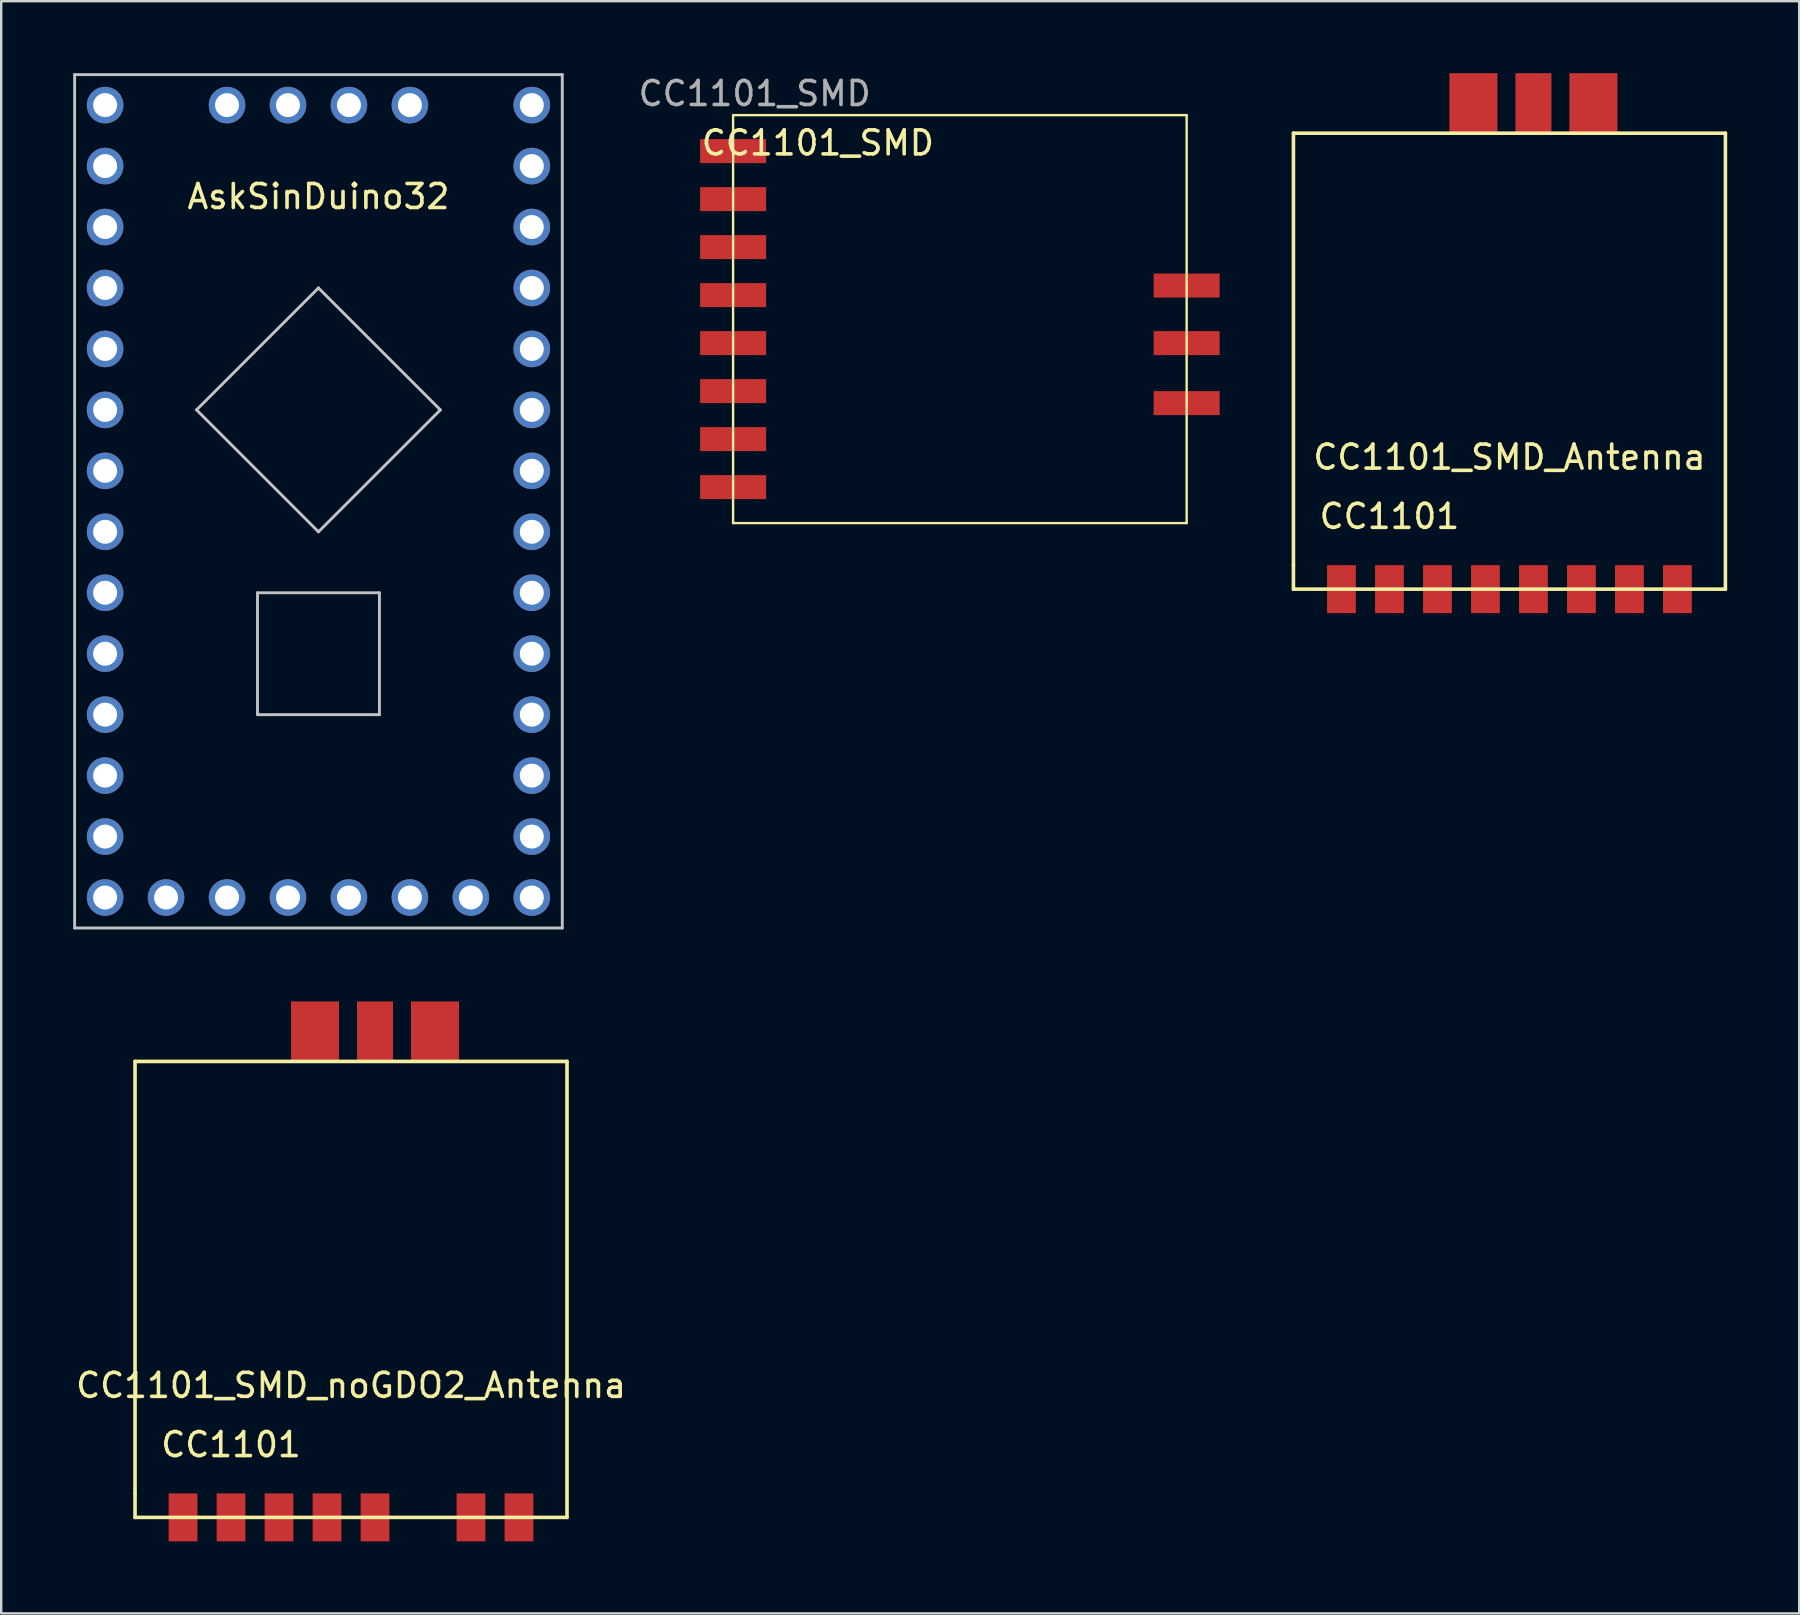
<source format=kicad_pcb>
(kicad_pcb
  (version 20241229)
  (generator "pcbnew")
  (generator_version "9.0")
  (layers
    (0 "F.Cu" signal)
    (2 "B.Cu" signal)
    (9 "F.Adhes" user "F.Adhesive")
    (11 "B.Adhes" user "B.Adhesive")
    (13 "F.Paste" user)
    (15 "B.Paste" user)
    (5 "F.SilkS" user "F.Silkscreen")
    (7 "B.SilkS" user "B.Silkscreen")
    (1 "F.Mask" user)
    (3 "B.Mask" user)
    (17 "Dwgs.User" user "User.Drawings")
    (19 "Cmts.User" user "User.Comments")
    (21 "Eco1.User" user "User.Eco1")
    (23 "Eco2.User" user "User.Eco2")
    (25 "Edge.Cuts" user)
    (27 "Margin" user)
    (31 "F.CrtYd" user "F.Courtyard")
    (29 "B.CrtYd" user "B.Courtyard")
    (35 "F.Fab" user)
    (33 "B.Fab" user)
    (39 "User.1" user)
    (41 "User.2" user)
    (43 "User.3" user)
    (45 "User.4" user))
  (footprint "CC1101_SMD_noGDO2_Antenna"
    (layer "F.Cu")
    (at 11.577 59.18)
    (property "Reference" "CC1101_SMD_noGDO2_Antenna" (at 0 -4.5 0) (layer "F.SilkS") (effects (font (size 1 1) (thickness 0.15))))
    (attr through_hole)
    (fp_line (start -9 -18) (end 9 -18) (stroke (width 0.15) (type solid)) (layer "F.SilkS"))
    (fp_line (start -9 0) (end -9 -18) (stroke (width 0.15) (type solid)) (layer "F.SilkS"))
    (fp_line (start -9 1) (end -9 0) (stroke (width 0.15) (type solid)) (layer "F.SilkS"))
    (fp_line (start 9 -18) (end 9 1) (stroke (width 0.15) (type solid)) (layer "F.SilkS"))
    (fp_line (start 9 1) (end -9 1) (stroke (width 0.15) (type solid)) (layer "F.SilkS"))
    (fp_text user "CC1101" (at -5 -2.032 180) (layer "F.SilkS") (effects (font (size 1 1) (thickness 0.15))))
    (pad "1" smd rect (at -7 1) (size 1.2 2) (layers "F.Cu" "F.Mask"))
    (pad "2" smd rect (at -5 1) (size 1.2 2) (layers "F.Cu" "F.Mask"))
    (pad "3" smd rect (at -3 1) (size 1.2 2) (layers "F.Cu" "F.Mask"))
    (pad "4" smd rect (at -1 1) (size 1.2 2) (layers "F.Cu" "F.Mask"))
    (pad "5" smd rect (at 1 1) (size 1.2 2) (layers "F.Cu" "F.Mask"))
    (pad "7" smd rect (at 5 1) (size 1.2 2) (layers "F.Cu" "F.Mask"))
    (pad "8" smd rect (at 7 1) (size 1.2 2) (layers "F.Cu" "F.Mask"))
    (pad "9" smd rect (at 1 -19.25) (size 1.5 2.5) (layers "F.Cu" "F.Mask"))
    (pad "10" smd rect (at -1.5 -19.25) (size 2 2.5) (layers "F.Cu" "F.Mask"))
    (pad "11" smd rect (at 3.5 -19.25) (size 2 2.5) (layers "F.Cu" "F.Mask")))
  (footprint "CC1101_SMD"
    (layer "F.Cu")
    (at 27.498 3.248)
    (property "Reference" "CC1101_SMD" (at 3.533 -0.342 0) (layer "F.SilkS") (effects (font (size 1 1) (thickness 0.15))))
    (attr smd)
    (fp_line (start 0 -1.5) (end 0 15.5) (stroke (width 0.099) (type solid)) (layer "F.SilkS"))
    (fp_line (start 0 -1.5) (end 18.9 -1.5) (stroke (width 0.099) (type solid)) (layer "F.SilkS"))
    (fp_line (start 0 15.5) (end 18.9 15.5) (stroke (width 0.099) (type solid)) (layer "F.SilkS"))
    (fp_line (start 18.9 15.5) (end 18.9 -1.5) (stroke (width 0.099) (type solid)) (layer "F.SilkS"))
    (fp_text user "${REFERENCE}" (at 0.9 -2.4 0) (layer "F.Fab") (effects (font (size 1 1) (thickness 0.15))))
    (pad "1" smd rect (at 0 0) (size 2.75 1) (layers "F.Cu" "F.Mask" "F.Paste"))
    (pad "2" smd rect (at 0 2) (size 2.75 1) (layers "F.Cu" "F.Mask" "F.Paste"))
    (pad "3" smd rect (at 0 4) (size 2.75 1) (layers "F.Cu" "F.Mask" "F.Paste"))
    (pad "4" smd rect (at 0 6) (size 2.75 1) (layers "F.Cu" "F.Mask" "F.Paste"))
    (pad "5" smd rect (at 0 8) (size 2.75 1) (layers "F.Cu" "F.Mask" "F.Paste"))
    (pad "6" smd rect (at 0 10) (size 2.75 1) (layers "F.Cu" "F.Mask" "F.Paste"))
    (pad "7" smd rect (at 0 12) (size 2.75 1) (layers "F.Cu" "F.Mask" "F.Paste"))
    (pad "8" smd rect (at 0 14) (size 2.75 1) (layers "F.Cu" "F.Mask" "F.Paste"))
    (pad "9" smd rect (at 18.9 8) (size 2.75 1) (layers "F.Cu" "F.Mask" "F.Paste"))
    (pad "10" smd rect (at 18.9 5.6) (size 2.75 1) (layers "F.Cu" "F.Mask" "F.Paste"))
    (pad "11" smd rect (at 18.9 10.5) (size 2.75 1) (layers "F.Cu" "F.Mask" "F.Paste")))
  (footprint "AskSinDuino32"
    (layer "F.Cu")
    (at 10.22 17.84)
    (property "Reference" "AskSinDuino32" (at 0 -12.7 0) (unlocked yes) (layer "F.SilkS") (effects (font (size 1 1) (thickness 0.15))))
    (attr through_hole)
    (fp_line (start -10.16 -17.78) (end -10.16 17.78) (stroke (width 0.12) (type default)) (layer "Dwgs.User"))
    (fp_line (start -10.16 17.78) (end 10.16 17.78) (stroke (width 0.12) (type default)) (layer "Dwgs.User"))
    (fp_line (start -5.08 -3.81) (end 0 1.27) (stroke (width 0.12) (type default)) (layer "Dwgs.User"))
    (fp_line (start -2.54 3.81) (end 2.54 3.81) (stroke (width 0.12) (type default)) (layer "Dwgs.User"))
    (fp_line (start -2.54 8.89) (end -2.54 3.81) (stroke (width 0.12) (type default)) (layer "Dwgs.User"))
    (fp_line (start 0 -8.89) (end -5.08 -3.81) (stroke (width 0.12) (type default)) (layer "Dwgs.User"))
    (fp_line (start 0 1.27) (end 5.08 -3.81) (stroke (width 0.12) (type default)) (layer "Dwgs.User"))
    (fp_line (start 2.54 3.81) (end 2.54 8.89) (stroke (width 0.12) (type default)) (layer "Dwgs.User"))
    (fp_line (start 2.54 8.89) (end -2.54 8.89) (stroke (width 0.12) (type default)) (layer "Dwgs.User"))
    (fp_line (start 5.08 -3.81) (end 0 -8.89) (stroke (width 0.12) (type default)) (layer "Dwgs.User"))
    (fp_line (start 10.16 -17.78) (end -10.16 -17.78) (stroke (width 0.12) (type default)) (layer "Dwgs.User"))
    (fp_line (start 10.16 17.78) (end 10.16 -17.78) (stroke (width 0.12) (type default)) (layer "Dwgs.User"))
    (pad "3V3" thru_hole circle (at 1.27 16.51) (size 1.524 1.524) (drill 1) (layers "*.Cu" "*.Mask"))
    (pad "3V3" thru_hole circle (at 3.81 -16.51) (size 1.524 1.524) (drill 1) (layers "*.Cu" "*.Mask"))
    (pad "3V3" thru_hole circle (at 8.89 -16.51) (size 1.524 1.524) (drill 1) (layers "*.Cu" "*.Mask"))
    (pad "E2" thru_hole circle (at 8.89 13.97) (size 1.524 1.524) (drill 1) (layers "*.Cu" "*.Mask"))
    (pad "E3" thru_hole circle (at 8.89 11.43) (size 1.524 1.524) (drill 1) (layers "*.Cu" "*.Mask"))
    (pad "E4" thru_hole circle (at 8.89 8.89) (size 1.524 1.524) (drill 1) (layers "*.Cu" "*.Mask"))
    (pad "E5" thru_hole circle (at 8.89 6.35) (size 1.524 1.524) (drill 1) (layers "*.Cu" "*.Mask"))
    (pad "E6" thru_hole circle (at 8.89 3.81) (size 1.524 1.524) (drill 1) (layers "*.Cu" "*.Mask"))
    (pad "E7" thru_hole circle (at 8.89 1.27) (size 1.524 1.524) (drill 1) (layers "*.Cu" "*.Mask"))
    (pad "E8" thru_hole circle (at 8.89 -1.27) (size 1.524 1.524) (drill 1) (layers "*.Cu" "*.Mask"))
    (pad "E9" thru_hole circle (at 8.89 -3.81) (size 1.524 1.524) (drill 1) (layers "*.Cu" "*.Mask"))
    (pad "E10" thru_hole circle (at 8.89 -6.35) (size 1.524 1.524) (drill 1) (layers "*.Cu" "*.Mask"))
    (pad "E11" thru_hole circle (at 8.89 -8.89) (size 1.524 1.524) (drill 1) (layers "*.Cu" "*.Mask"))
    (pad "E12" thru_hole circle (at 8.89 -11.43) (size 1.524 1.524) (drill 1) (layers "*.Cu" "*.Mask"))
    (pad "GND" thru_hole circle (at -6.35 16.51) (size 1.524 1.524) (drill 1) (layers "*.Cu" "*.Mask"))
    (pad "GND" thru_hole circle (at -3.81 -16.51) (size 1.524 1.524) (drill 1) (layers "*.Cu" "*.Mask"))
    (pad "GND" thru_hole circle (at -1.27 16.51) (size 1.524 1.524) (drill 1) (layers "*.Cu" "*.Mask"))
    (pad "GND" thru_hole circle (at 8.89 -13.97) (size 1.524 1.524) (drill 1) (layers "*.Cu" "*.Mask"))
    (pad "GND" thru_hole circle (at 8.89 16.51) (size 1.524 1.524) (drill 1) (layers "*.Cu" "*.Mask"))
    (pad "N2" thru_hole circle (at -1.27 -16.51) (size 1.524 1.524) (drill 1) (layers "*.Cu" "*.Mask"))
    (pad "N3" thru_hole circle (at 1.27 -16.51) (size 1.524 1.524) (drill 1) (layers "*.Cu" "*.Mask"))
    (pad "S2" thru_hole circle (at -3.81 16.51) (size 1.524 1.524) (drill 1) (layers "*.Cu" "*.Mask"))
    (pad "S5" thru_hole circle (at 3.81 16.51) (size 1.524 1.524) (drill 1) (layers "*.Cu" "*.Mask"))
    (pad "S6" thru_hole circle (at 6.35 16.51) (size 1.524 1.524) (drill 1) (layers "*.Cu" "*.Mask"))
    (pad "W1" thru_hole circle (at -8.89 16.51) (size 1.524 1.524) (drill 1) (layers "*.Cu" "*.Mask"))
    (pad "W2" thru_hole circle (at -8.89 13.97) (size 1.524 1.524) (drill 1) (layers "*.Cu" "*.Mask"))
    (pad "W3" thru_hole circle (at -8.89 11.43) (size 1.524 1.524) (drill 1) (layers "*.Cu" "*.Mask"))
    (pad "W4" thru_hole circle (at -8.89 8.89) (size 1.524 1.524) (drill 1) (layers "*.Cu" "*.Mask"))
    (pad "W5" thru_hole circle (at -8.89 6.35) (size 1.524 1.524) (drill 1) (layers "*.Cu" "*.Mask"))
    (pad "W6" thru_hole circle (at -8.89 3.81) (size 1.524 1.524) (drill 1) (layers "*.Cu" "*.Mask"))
    (pad "W7" thru_hole circle (at -8.89 1.27) (size 1.524 1.524) (drill 1) (layers "*.Cu" "*.Mask"))
    (pad "W8" thru_hole circle (at -8.89 -1.27) (size 1.524 1.524) (drill 1) (layers "*.Cu" "*.Mask"))
    (pad "W9" thru_hole circle (at -8.89 -3.81) (size 1.524 1.524) (drill 1) (layers "*.Cu" "*.Mask"))
    (pad "W10" thru_hole circle (at -8.89 -6.35) (size 1.524 1.524) (drill 1) (layers "*.Cu" "*.Mask"))
    (pad "W11" thru_hole circle (at -8.89 -8.89) (size 1.524 1.524) (drill 1) (layers "*.Cu" "*.Mask"))
    (pad "W12" thru_hole circle (at -8.89 -11.43) (size 1.524 1.524) (drill 1) (layers "*.Cu" "*.Mask"))
    (pad "W13" thru_hole circle (at -8.89 -13.97) (size 1.524 1.524) (drill 1) (layers "*.Cu" "*.Mask"))
    (pad "W14" thru_hole circle (at -8.89 -16.51) (size 1.524 1.524) (drill 1) (layers "*.Cu" "*.Mask")))
  (footprint "CC1101_SMD_Antenna"
    (layer "F.Cu")
    (at 59.848 20.5)
    (property "Reference" "CC1101_SMD_Antenna" (at 0 -4.5 0) (layer "F.SilkS") (effects (font (size 1 1) (thickness 0.15))))
    (attr through_hole)
    (fp_line (start -9 -18) (end 9 -18) (stroke (width 0.15) (type solid)) (layer "F.SilkS"))
    (fp_line (start -9 0) (end -9 -18) (stroke (width 0.15) (type solid)) (layer "F.SilkS"))
    (fp_line (start -9 1) (end -9 0) (stroke (width 0.15) (type solid)) (layer "F.SilkS"))
    (fp_line (start 9 -18) (end 9 1) (stroke (width 0.15) (type solid)) (layer "F.SilkS"))
    (fp_line (start 9 1) (end -9 1) (stroke (width 0.15) (type solid)) (layer "F.SilkS"))
    (fp_text user "CC1101" (at -5 -2.032 180) (layer "F.SilkS") (effects (font (size 1 1) (thickness 0.15))))
    (pad "1" smd rect (at -7 1) (size 1.2 2) (layers "F.Cu" "F.Mask"))
    (pad "2" smd rect (at -5 1) (size 1.2 2) (layers "F.Cu" "F.Mask"))
    (pad "3" smd rect (at -3 1) (size 1.2 2) (layers "F.Cu" "F.Mask"))
    (pad "4" smd rect (at -1 1) (size 1.2 2) (layers "F.Cu" "F.Mask"))
    (pad "5" smd rect (at 1 1) (size 1.2 2) (layers "F.Cu" "F.Mask"))
    (pad "6" smd rect (at 3 1) (size 1.2 2) (layers "F.Cu" "F.Mask"))
    (pad "7" smd rect (at 5 1) (size 1.2 2) (layers "F.Cu" "F.Mask"))
    (pad "8" smd rect (at 7 1) (size 1.2 2) (layers "F.Cu" "F.Mask"))
    (pad "9" smd rect (at 1 -19.25) (size 1.5 2.5) (layers "F.Cu" "F.Mask"))
    (pad "10" smd rect (at -1.5 -19.25) (size 2 2.5) (layers "F.Cu" "F.Mask"))
    (pad "11" smd rect (at 3.5 -19.25) (size 2 2.5) (layers "F.Cu" "F.Mask")))
  (gr_rect
    (start -3 -3)
    (end 71.923 64.18)
    (stroke (width 0.1) (type default))
    (fill no)
    (layer "Edge.Cuts")))
</source>
